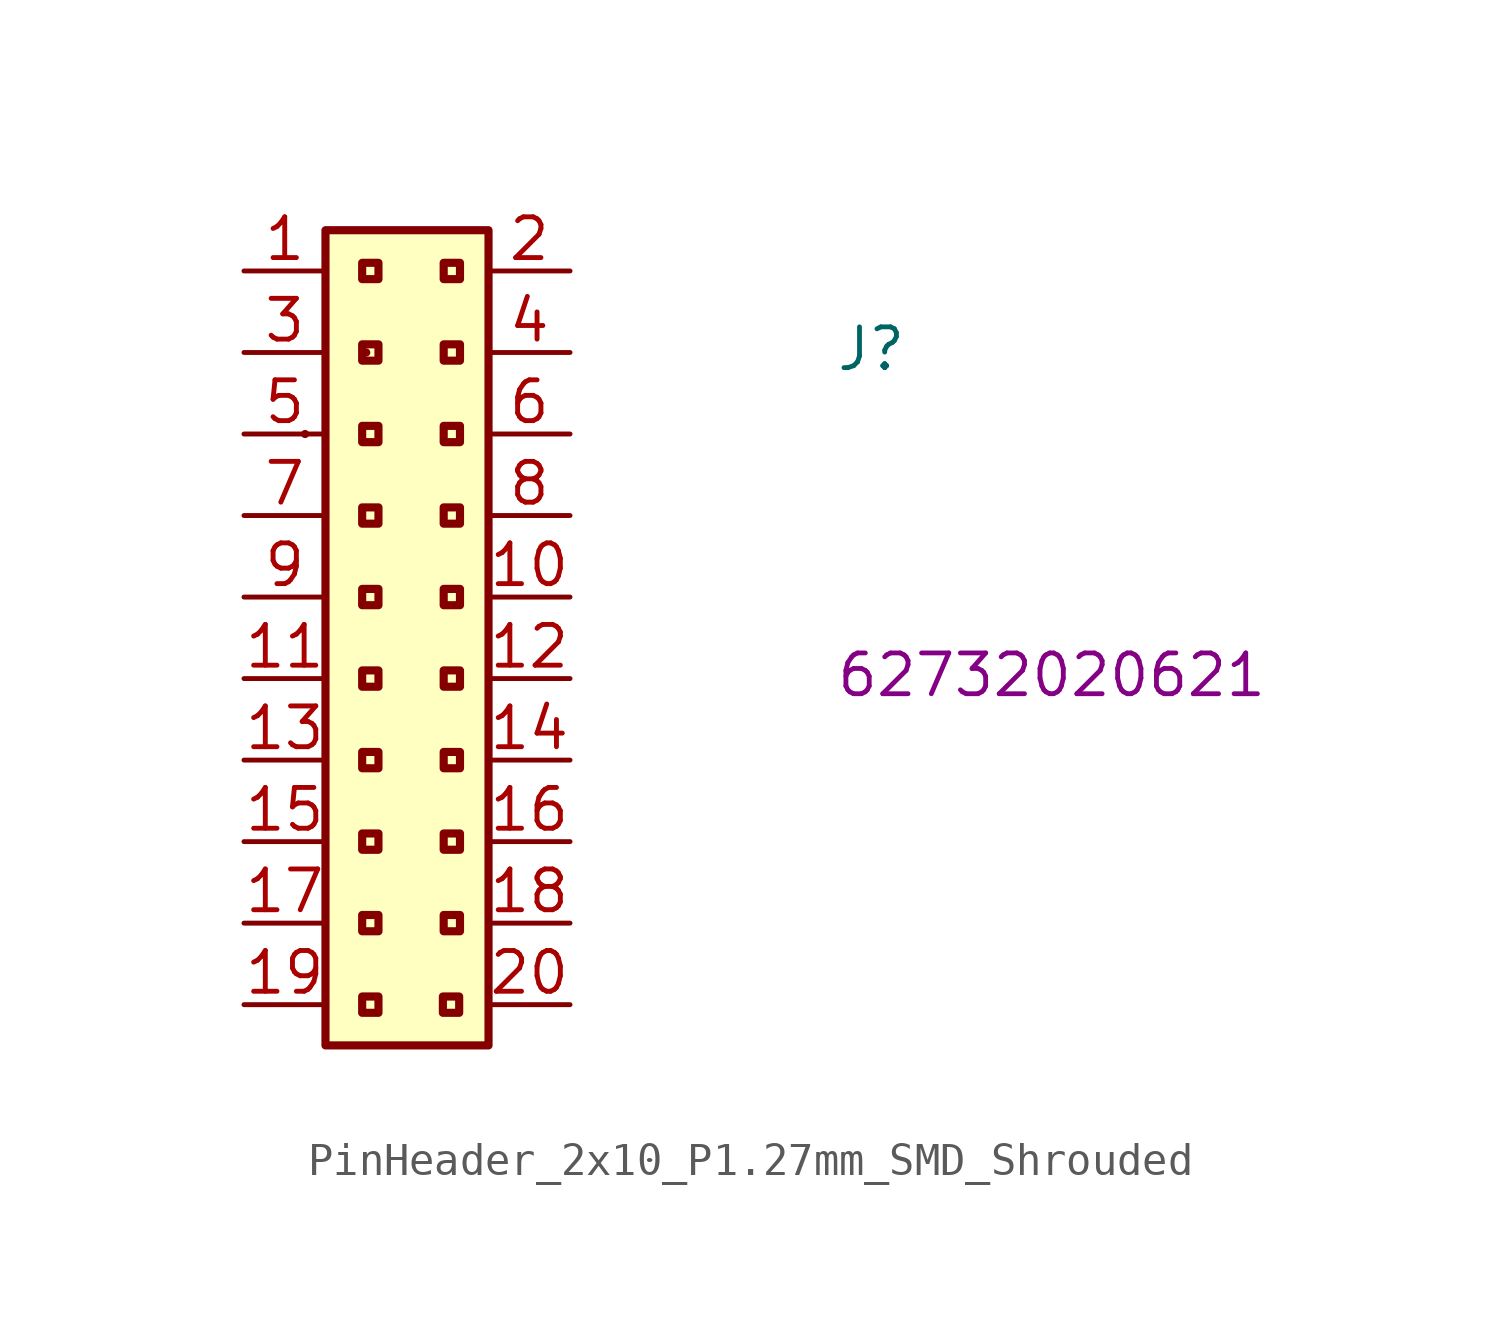
<source format=kicad_sym>
(kicad_symbol_lib
  (version 20220914)
  (generator kicad_symbol_editor)
  (symbol "PinHeader_2x10_P1.27mm_SMD_Shrouded"
    (property "Reference" "J"
      (at 18.415 -3.175 0)
      (effects (font (size 1.27 1.27) (thickness 0.15)) (justify left bottom)))
    (property "MPN" "62732020621"
      (at 18.415 -13.335 0)
      (effects (font (size 1.27 1.27) (thickness 0.15)) (justify left bottom)))
    (symbol "PinHeader_2x10_P1.27mm_SMD_Shrouded_1_1"
      (rectangle (start 1.905 -5.08) (end 1.905 -5.08) (stroke (width 0.254) (type default)) (fill (type background)))
      (rectangle (start 2.54 1.27) (end 7.62 -24.13) (stroke (width 0.254) (type default)) (fill (type background)))
      (rectangle (start 3.81 -2.54) (end 3.81 -2.54) (stroke (width 0.254) (type default)) (fill (type background)))
      (rectangle (start 4.191 -23.114) (end 3.683 -22.606) (stroke (width 0.254) (type default)) (fill (type background)))
      (rectangle (start 4.191 -20.574) (end 3.683 -20.066) (stroke (width 0.254) (type default)) (fill (type background)))
      (rectangle (start 4.191 -18.034) (end 3.683 -17.526) (stroke (width 0.254) (type default)) (fill (type background)))
      (rectangle (start 4.191 -15.494) (end 3.683 -14.986) (stroke (width 0.254) (type default)) (fill (type background)))
      (rectangle (start 4.191 -12.954) (end 3.683 -12.446) (stroke (width 0.254) (type default)) (fill (type background)))
      (rectangle (start 4.191 -10.414) (end 3.683 -9.906) (stroke (width 0.254) (type default)) (fill (type background)))
      (rectangle (start 4.191 -7.874) (end 3.683 -7.366) (stroke (width 0.254) (type default)) (fill (type background)))
      (rectangle (start 4.191 -5.334) (end 3.683 -4.826) (stroke (width 0.254) (type default)) (fill (type background)))
      (rectangle (start 4.191 -2.794) (end 3.683 -2.286) (stroke (width 0.254) (type default)) (fill (type background)))
      (rectangle (start 4.191 -0.254) (end 3.683 0.254) (stroke (width 0.254) (type default)) (fill (type background)))
      (rectangle (start 6.706 -23.114) (end 6.198 -22.606) (stroke (width 0.254) (type default)) (fill (type background)))
      (rectangle (start 6.731 -20.574) (end 6.223 -20.066) (stroke (width 0.254) (type default)) (fill (type background)))
      (rectangle (start 6.731 -18.034) (end 6.223 -17.526) (stroke (width 0.254) (type default)) (fill (type background)))
      (rectangle (start 6.731 -15.494) (end 6.223 -14.986) (stroke (width 0.254) (type default)) (fill (type background)))
      (rectangle (start 6.731 -12.954) (end 6.223 -12.446) (stroke (width 0.254) (type default)) (fill (type background)))
      (rectangle (start 6.731 -10.414) (end 6.223 -9.906) (stroke (width 0.254) (type default)) (fill (type background)))
      (rectangle (start 6.731 -7.874) (end 6.223 -7.366) (stroke (width 0.254) (type default)) (fill (type background)))
      (rectangle (start 6.731 -5.334) (end 6.223 -4.826) (stroke (width 0.254) (type default)) (fill (type background)))
      (rectangle (start 6.731 -2.794) (end 6.223 -2.286) (stroke (width 0.254) (type default)) (fill (type background)))
      (rectangle (start 6.731 -0.254) (end 6.223 0.254) (stroke (width 0.254) (type default)) (fill (type background)))
      (pin passive line (at 0 0 0) (length 2.54) (name "~" (effects (font (size 1.27 1.27)))) (number "1" (effects (font (size 1.27 1.27)))))
      (pin passive line (at 10.16 -10.16 180) (length 2.54) (name "~" (effects (font (size 1.27 1.27)))) (number "10" (effects (font (size 1.27 1.27)))))
      (pin passive line (at 0 -12.7 0) (length 2.54) (name "~" (effects (font (size 1.27 1.27)))) (number "11" (effects (font (size 1.27 1.27)))))
      (pin passive line (at 10.16 -12.7 180) (length 2.54) (name "~" (effects (font (size 1.27 1.27)))) (number "12" (effects (font (size 1.27 1.27)))))
      (pin passive line (at 0 -15.24 0) (length 2.54) (name "~" (effects (font (size 1.27 1.27)))) (number "13" (effects (font (size 1.27 1.27)))))
      (pin passive line (at 10.16 -15.24 180) (length 2.54) (name "~" (effects (font (size 1.27 1.27)))) (number "14" (effects (font (size 1.27 1.27)))))
      (pin passive line (at 0 -17.78 0) (length 2.54) (name "~" (effects (font (size 1.27 1.27)))) (number "15" (effects (font (size 1.27 1.27)))))
      (pin passive line (at 10.16 -17.78 180) (length 2.54) (name "~" (effects (font (size 1.27 1.27)))) (number "16" (effects (font (size 1.27 1.27)))))
      (pin passive line (at 0 -20.32 0) (length 2.54) (name "~" (effects (font (size 1.27 1.27)))) (number "17" (effects (font (size 1.27 1.27)))))
      (pin passive line (at 10.16 -20.32 180) (length 2.54) (name "~" (effects (font (size 1.27 1.27)))) (number "18" (effects (font (size 1.27 1.27)))))
      (pin passive line (at 0 -22.86 0) (length 2.54) (name "~" (effects (font (size 1.27 1.27)))) (number "19" (effects (font (size 1.27 1.27)))))
      (pin passive line (at 10.16 0 180) (length 2.54) (name "~" (effects (font (size 1.27 1.27)))) (number "2" (effects (font (size 1.27 1.27)))))
      (pin passive line (at 10.16 -22.86 180) (length 2.54) (name "~" (effects (font (size 1.27 1.27)))) (number "20" (effects (font (size 1.27 1.27)))))
      (pin passive line (at 0 -2.54 0) (length 2.54) (name "~" (effects (font (size 1.27 1.27)))) (number "3" (effects (font (size 1.27 1.27)))))
      (pin passive line (at 10.16 -2.54 180) (length 2.54) (name "~" (effects (font (size 1.27 1.27)))) (number "4" (effects (font (size 1.27 1.27)))))
      (pin passive line (at 0 -5.08 0) (length 2.54) (name "~" (effects (font (size 1.27 1.27)))) (number "5" (effects (font (size 1.27 1.27)))))
      (pin passive line (at 10.16 -5.08 180) (length 2.54) (name "~" (effects (font (size 1.27 1.27)))) (number "6" (effects (font (size 1.27 1.27)))))
      (pin passive line (at 0 -7.62 0) (length 2.54) (name "~" (effects (font (size 1.27 1.27)))) (number "7" (effects (font (size 1.27 1.27)))))
      (pin passive line (at 10.16 -7.62 180) (length 2.54) (name "~" (effects (font (size 1.27 1.27)))) (number "8" (effects (font (size 1.27 1.27)))))
      (pin passive line (at 0 -10.16 0) (length 2.54) (name "~" (effects (font (size 1.27 1.27)))) (number "9" (effects (font (size 1.27 1.27))))))))
</source>
